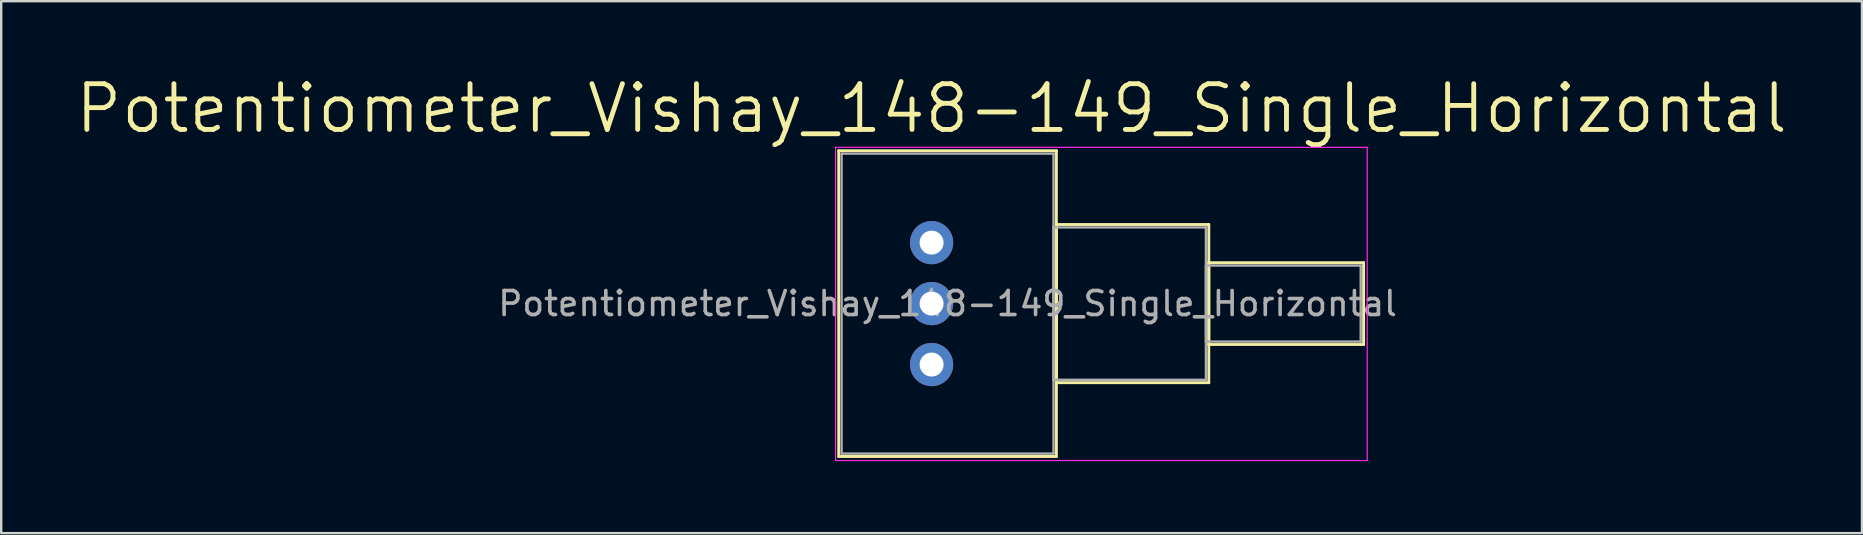
<source format=kicad_pcb>
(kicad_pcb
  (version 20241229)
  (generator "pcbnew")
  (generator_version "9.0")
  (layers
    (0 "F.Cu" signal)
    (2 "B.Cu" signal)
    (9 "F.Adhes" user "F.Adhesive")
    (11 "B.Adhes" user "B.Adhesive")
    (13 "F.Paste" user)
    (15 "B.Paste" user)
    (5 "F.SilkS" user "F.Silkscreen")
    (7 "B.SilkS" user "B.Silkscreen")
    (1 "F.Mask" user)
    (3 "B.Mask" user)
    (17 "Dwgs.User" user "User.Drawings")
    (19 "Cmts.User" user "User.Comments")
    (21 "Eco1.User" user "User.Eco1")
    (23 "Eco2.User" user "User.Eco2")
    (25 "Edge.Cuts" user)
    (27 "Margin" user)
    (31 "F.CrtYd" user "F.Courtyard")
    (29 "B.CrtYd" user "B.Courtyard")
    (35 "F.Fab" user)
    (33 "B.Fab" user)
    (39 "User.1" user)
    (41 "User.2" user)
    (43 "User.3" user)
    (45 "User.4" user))
  (footprint "Potentiometer_Vishay_148-149_Single_Horizontal"
    (layer "F.Cu")
    (at 35.765 12.139)
    (property "Reference" "Potentiometer_Vishay_148-149_Single_Horizontal" (at 0 -10.668 0) (layer "F.SilkS") (effects (font (size 1.905 1.905) (thickness 0.203))))
    (attr through_hole)
    (fp_line (start -3.87 -8.91) (end -3.87 3.83) (stroke (width 0.12) (type solid)) (layer "F.SilkS"))
    (fp_line (start -3.87 -8.91) (end 5.2 -8.91) (stroke (width 0.12) (type solid)) (layer "F.SilkS"))
    (fp_line (start -3.87 3.83) (end 5.2 3.83) (stroke (width 0.12) (type solid)) (layer "F.SilkS"))
    (fp_line (start 5.2 -8.91) (end 5.2 3.83) (stroke (width 0.12) (type solid)) (layer "F.SilkS"))
    (fp_line (start 5.2 -5.835) (end 5.2 0.755) (stroke (width 0.12) (type solid)) (layer "F.SilkS"))
    (fp_line (start 5.2 -5.835) (end 11.55 -5.835) (stroke (width 0.12) (type solid)) (layer "F.SilkS"))
    (fp_line (start 5.2 0.755) (end 11.55 0.755) (stroke (width 0.12) (type solid)) (layer "F.SilkS"))
    (fp_line (start 11.55 -5.835) (end 11.55 0.755) (stroke (width 0.12) (type solid)) (layer "F.SilkS"))
    (fp_line (start 11.55 -4.244) (end 11.55 -0.835) (stroke (width 0.12) (type solid)) (layer "F.SilkS"))
    (fp_line (start 11.55 -4.244) (end 18 -4.244) (stroke (width 0.12) (type solid)) (layer "F.SilkS"))
    (fp_line (start 11.55 -0.835) (end 18 -0.835) (stroke (width 0.12) (type solid)) (layer "F.SilkS"))
    (fp_line (start 18 -4.244) (end 18 -0.835) (stroke (width 0.12) (type solid)) (layer "F.SilkS"))
    (fp_line (start -4 -9.05) (end -4 4) (stroke (width 0.05) (type solid)) (layer "F.CrtYd"))
    (fp_line (start -4 4) (end 18.15 4) (stroke (width 0.05) (type solid)) (layer "F.CrtYd"))
    (fp_line (start 18.15 -9.05) (end -4 -9.05) (stroke (width 0.05) (type solid)) (layer "F.CrtYd"))
    (fp_line (start 18.15 4) (end 18.15 -9.05) (stroke (width 0.05) (type solid)) (layer "F.CrtYd"))
    (fp_line (start -3.75 -8.79) (end -3.75 3.71) (stroke (width 0.1) (type solid)) (layer "F.Fab"))
    (fp_line (start -3.75 3.71) (end 5.08 3.71) (stroke (width 0.1) (type solid)) (layer "F.Fab"))
    (fp_line (start 5.08 -8.79) (end -3.75 -8.79) (stroke (width 0.1) (type solid)) (layer "F.Fab"))
    (fp_line (start 5.08 -5.715) (end 5.08 0.635) (stroke (width 0.1) (type solid)) (layer "F.Fab"))
    (fp_line (start 5.08 0.635) (end 11.43 0.635) (stroke (width 0.1) (type solid)) (layer "F.Fab"))
    (fp_line (start 5.08 3.71) (end 5.08 -8.79) (stroke (width 0.1) (type solid)) (layer "F.Fab"))
    (fp_line (start 11.43 -5.715) (end 5.08 -5.715) (stroke (width 0.1) (type solid)) (layer "F.Fab"))
    (fp_line (start 11.43 -4.125) (end 11.43 -0.955) (stroke (width 0.1) (type solid)) (layer "F.Fab"))
    (fp_line (start 11.43 -0.955) (end 17.88 -0.955) (stroke (width 0.1) (type solid)) (layer "F.Fab"))
    (fp_line (start 11.43 0.635) (end 11.43 -5.715) (stroke (width 0.1) (type solid)) (layer "F.Fab"))
    (fp_line (start 17.88 -4.125) (end 11.43 -4.125) (stroke (width 0.1) (type solid)) (layer "F.Fab"))
    (fp_line (start 17.88 -0.955) (end 17.88 -4.125) (stroke (width 0.1) (type solid)) (layer "F.Fab"))
    (fp_text user "${REFERENCE}" (at 0.665 -2.54 0) (layer "F.Fab") (effects (font (size 1 1) (thickness 0.15))))
    (pad "1" thru_hole circle (at 0 0) (size 1.8 1.8) (drill 1) (layers "*.Cu" "*.Mask"))
    (pad "2" thru_hole circle (at 0 -2.54) (size 1.8 1.8) (drill 1) (layers "*.Cu" "*.Mask"))
    (pad "3" thru_hole circle (at 0 -5.08) (size 1.8 1.8) (drill 1) (layers "*.Cu" "*.Mask")))
  (gr_rect
    (start -3 -3)
    (end 74.53 19.164)
    (stroke (width 0.1) (type default))
    (fill no)
    (layer "Edge.Cuts")))
</source>
